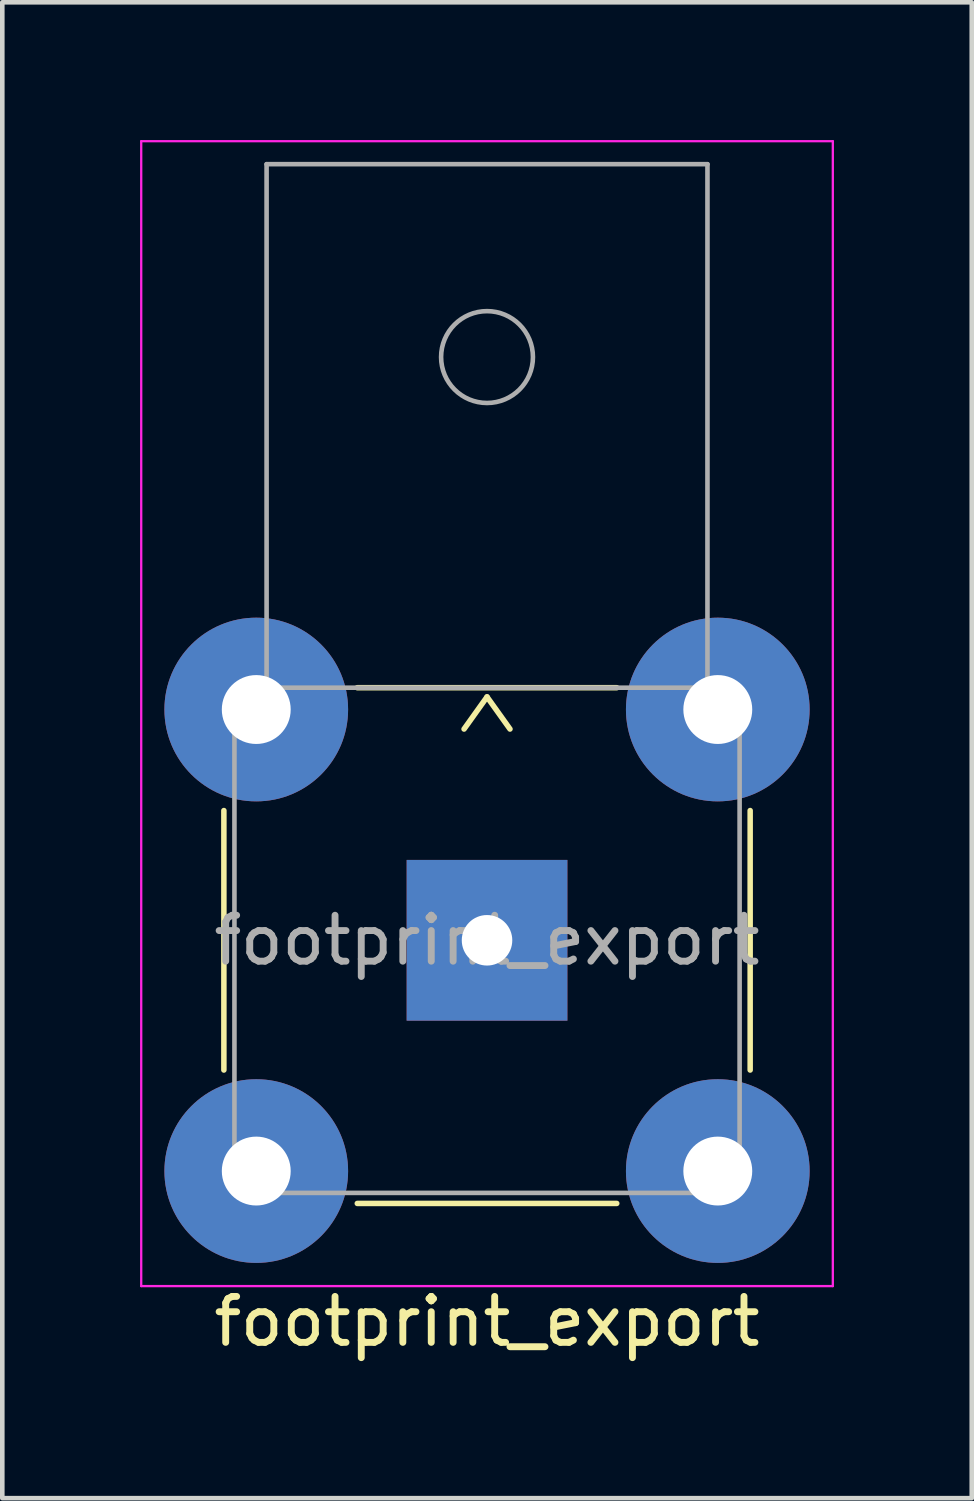
<source format=kicad_pcb>
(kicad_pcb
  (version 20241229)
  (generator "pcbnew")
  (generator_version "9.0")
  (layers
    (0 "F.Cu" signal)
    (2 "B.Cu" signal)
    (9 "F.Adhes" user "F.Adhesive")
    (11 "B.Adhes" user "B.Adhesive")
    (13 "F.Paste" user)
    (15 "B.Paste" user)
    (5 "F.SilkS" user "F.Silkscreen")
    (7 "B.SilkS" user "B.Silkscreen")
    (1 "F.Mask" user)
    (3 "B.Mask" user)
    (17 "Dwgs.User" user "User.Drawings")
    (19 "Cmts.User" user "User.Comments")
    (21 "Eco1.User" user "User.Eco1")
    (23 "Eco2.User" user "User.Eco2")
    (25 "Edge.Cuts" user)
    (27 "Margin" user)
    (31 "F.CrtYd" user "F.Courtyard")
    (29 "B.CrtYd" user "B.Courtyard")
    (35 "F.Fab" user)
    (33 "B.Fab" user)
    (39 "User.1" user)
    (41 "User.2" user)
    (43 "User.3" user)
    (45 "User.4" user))
  (footprint "footprint_export"
    (layer "F.Cu")
    (at 7.555 17.425)
    (property "Reference" "footprint_export" (at 0 8.3 0) (layer "F.SilkS") (effects (font (size 1 1) (thickness 0.15))))
    (attr through_hole)
    (fp_line (start -5.73 -2.825) (end -5.73 2.825) (stroke (width 0.12) (type solid)) (layer "F.SilkS"))
    (fp_line (start -2.825 5.73) (end 2.825 5.73) (stroke (width 0.12) (type solid)) (layer "F.SilkS"))
    (fp_line (start 0 -5.3) (end -0.5 -4.6) (stroke (width 0.12) (type solid)) (layer "F.SilkS"))
    (fp_line (start 0 -5.3) (end 0.5 -4.6) (stroke (width 0.12) (type solid)) (layer "F.SilkS"))
    (fp_line (start 2.825 -5.5) (end -2.825 -5.5) (stroke (width 0.12) (type solid)) (layer "F.SilkS"))
    (fp_line (start 5.73 2.825) (end 5.73 -2.825) (stroke (width 0.12) (type solid)) (layer "F.SilkS"))
    (fp_line (start -7.53 -17.4) (end 7.53 -17.4) (stroke (width 0.05) (type solid)) (layer "F.CrtYd"))
    (fp_line (start -7.53 7.53) (end -7.53 -17.4) (stroke (width 0.05) (type solid)) (layer "F.CrtYd"))
    (fp_line (start 7.53 -17.4) (end 7.53 7.53) (stroke (width 0.05) (type solid)) (layer "F.CrtYd"))
    (fp_line (start 7.53 7.53) (end -7.53 7.53) (stroke (width 0.05) (type solid)) (layer "F.CrtYd"))
    (fp_line (start -5.5 -5.5) (end 5.5 -5.5) (stroke (width 0.1) (type solid)) (layer "F.Fab"))
    (fp_line (start -5.5 5.5) (end -5.5 -5.5) (stroke (width 0.1) (type solid)) (layer "F.Fab"))
    (fp_line (start -4.8 -5.5) (end -4.8 -16.9) (stroke (width 0.1) (type solid)) (layer "F.Fab"))
    (fp_line (start 4.8 -16.9) (end -4.8 -16.9) (stroke (width 0.1) (type solid)) (layer "F.Fab"))
    (fp_line (start 4.8 -5.5) (end 4.8 -16.9) (stroke (width 0.1) (type solid)) (layer "F.Fab"))
    (fp_line (start 5.5 -5.5) (end 5.5 5.5) (stroke (width 0.1) (type solid)) (layer "F.Fab"))
    (fp_line (start 5.5 5.5) (end -5.5 5.5) (stroke (width 0.1) (type solid)) (layer "F.Fab"))
    (fp_circle (center 0 -12.7) (end 1 -12.7) (stroke (width 0.1) (type solid)) (fill no) (layer "F.Fab"))
    (fp_text user "${REFERENCE}" (at 0 0 0) (layer "F.Fab") (effects (font (size 1 1) (thickness 0.15))))
    (pad "1" thru_hole rect (at 0 0) (size 3.5 3.5) (drill 1.1) (layers "*.Cu" "*.Mask"))
    (pad "2" thru_hole circle (at -5.025 -5.025) (size 4 4) (drill 1.5) (layers "*.Cu" "*.Mask"))
    (pad "2" thru_hole circle (at -5.025 5.025) (size 4 4) (drill 1.5) (layers "*.Cu" "*.Mask"))
    (pad "2" thru_hole circle (at 5.025 -5.025) (size 4 4) (drill 1.5) (layers "*.Cu" "*.Mask"))
    (pad "2" thru_hole circle (at 5.025 5.025) (size 4 4) (drill 1.5) (layers "*.Cu" "*.Mask")))
  (gr_rect
    (start -3 -3)
    (end 18.11 29.573)
    (stroke (width 0.1) (type default))
    (fill no)
    (layer "Edge.Cuts")))
</source>
